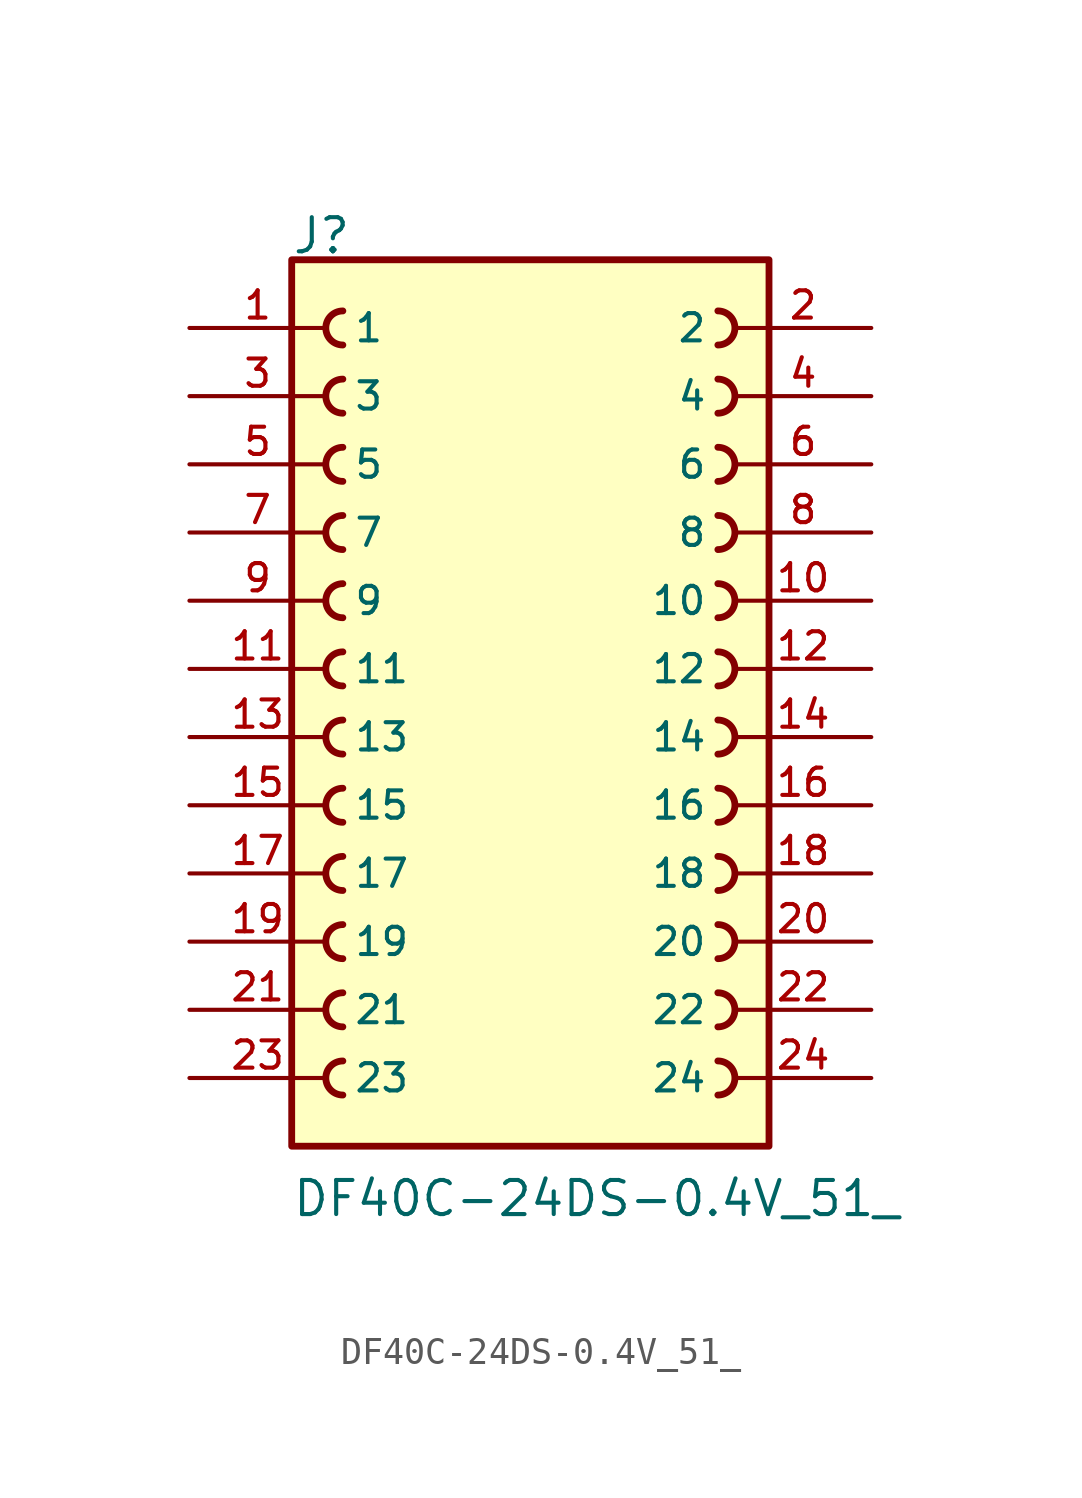
<source format=kicad_sym>
(kicad_symbol_lib
  (version 20211014)
  (generator kicad_symbol_editor)
  (symbol "DF40C-24DS-0.4V_51_"
    (pin_names
      (offset 1.016))
    (property "Reference" "J"
      (at -8.908 15.393 0)
      (effects (font (size 1.27 1.27)) (justify bottom left)))
    (property "Value" "DF40C-24DS-0.4V_51_"
      (at -8.906 -20.472 0)
      (effects (font (size 1.27 1.27)) (justify bottom left)))
    (symbol "DF40C-24DS-0.4V_51__0_0"
      (arc (start 6.985 12.065) (mid 7.62 12.7) (end 6.985 13.335) (stroke (width 0.254) (type default) (color 0 0 0 0)) (fill (type none)))
      (arc (start 6.985 9.525) (mid 7.62 10.16) (end 6.985 10.795) (stroke (width 0.254) (type default) (color 0 0 0 0)) (fill (type none)))
      (arc (start 6.985 6.985) (mid 7.62 7.62) (end 6.985 8.255) (stroke (width 0.254) (type default) (color 0 0 0 0)) (fill (type none)))
      (arc (start 6.985 4.445) (mid 7.62 5.08) (end 6.985 5.715) (stroke (width 0.254) (type default) (color 0 0 0 0)) (fill (type none)))
      (arc (start 6.985 1.905) (mid 7.62 2.54) (end 6.985 3.175) (stroke (width 0.254) (type default) (color 0 0 0 0)) (fill (type none)))
      (arc (start 6.985 -0.635) (mid 7.62 0.0) (end 6.985 0.635) (stroke (width 0.254) (type default) (color 0 0 0 0)) (fill (type none)))
      (arc (start 6.985 -3.175) (mid 7.62 -2.54) (end 6.985 -1.905) (stroke (width 0.254) (type default) (color 0 0 0 0)) (fill (type none)))
      (arc (start 6.985 -5.715) (mid 7.62 -5.08) (end 6.985 -4.445) (stroke (width 0.254) (type default) (color 0 0 0 0)) (fill (type none)))
      (arc (start 6.985 -8.255) (mid 7.62 -7.62) (end 6.985 -6.985) (stroke (width 0.254) (type default) (color 0 0 0 0)) (fill (type none)))
      (arc (start 6.985 -10.795) (mid 7.62 -10.16) (end 6.985 -9.525) (stroke (width 0.254) (type default) (color 0 0 0 0)) (fill (type none)))
      (arc (start -6.985 -9.525) (mid -7.62 -10.16) (end -6.985 -10.795) (stroke (width 0.254) (type default) (color 0 0 0 0)) (fill (type none)))
      (arc (start -6.985 -6.985) (mid -7.62 -7.62) (end -6.985 -8.255) (stroke (width 0.254) (type default) (color 0 0 0 0)) (fill (type none)))
      (arc (start -6.985 -4.445) (mid -7.62 -5.08) (end -6.985 -5.715) (stroke (width 0.254) (type default) (color 0 0 0 0)) (fill (type none)))
      (arc (start -6.985 -1.905) (mid -7.62 -2.54) (end -6.985 -3.175) (stroke (width 0.254) (type default) (color 0 0 0 0)) (fill (type none)))
      (arc (start -6.985 0.635) (mid -7.62 -0.0) (end -6.985 -0.635) (stroke (width 0.254) (type default) (color 0 0 0 0)) (fill (type none)))
      (arc (start -6.985 3.175) (mid -7.62 2.54) (end -6.985 1.905) (stroke (width 0.254) (type default) (color 0 0 0 0)) (fill (type none)))
      (arc (start -6.985 5.715) (mid -7.62 5.08) (end -6.985 4.445) (stroke (width 0.254) (type default) (color 0 0 0 0)) (fill (type none)))
      (arc (start -6.985 8.255) (mid -7.62 7.62) (end -6.985 6.985) (stroke (width 0.254) (type default) (color 0 0 0 0)) (fill (type none)))
      (arc (start -6.985 10.795) (mid -7.62 10.16) (end -6.985 9.525) (stroke (width 0.254) (type default) (color 0 0 0 0)) (fill (type none)))
      (arc (start -6.985 13.335) (mid -7.62 12.7) (end -6.985 12.065) (stroke (width 0.254) (type default) (color 0 0 0 0)) (fill (type none)))
      (arc (start 6.985 -13.335) (mid 7.62 -12.7) (end 6.985 -12.065) (stroke (width 0.254) (type default) (color 0 0 0 0)) (fill (type none)))
      (arc (start 6.985 -15.875) (mid 7.62 -15.24) (end 6.985 -14.605) (stroke (width 0.254) (type default) (color 0 0 0 0)) (fill (type none)))
      (arc (start -6.985 -14.605) (mid -7.62 -15.24) (end -6.985 -15.875) (stroke (width 0.254) (type default) (color 0 0 0 0)) (fill (type none)))
      (arc (start -6.985 -12.065) (mid -7.62 -12.7) (end -6.985 -13.335) (stroke (width 0.254) (type default) (color 0 0 0 0)) (fill (type none)))
      (rectangle (start -8.89 -17.78) (end 8.89 15.24) (stroke (width 0.254)) (fill (type background)))
      (pin passive line (at -12.7 12.7 0) (length 5.08) (name "1" (effects (font (size 1.016 1.016)))) (number "1" (effects (font (size 1.016 1.016)))))
      (pin passive line (at 12.7 12.7 180.0) (length 5.08) (name "2" (effects (font (size 1.016 1.016)))) (number "2" (effects (font (size 1.016 1.016)))))
      (pin passive line (at -12.7 10.16 0) (length 5.08) (name "3" (effects (font (size 1.016 1.016)))) (number "3" (effects (font (size 1.016 1.016)))))
      (pin passive line (at 12.7 10.16 180.0) (length 5.08) (name "4" (effects (font (size 1.016 1.016)))) (number "4" (effects (font (size 1.016 1.016)))))
      (pin passive line (at -12.7 7.62 0) (length 5.08) (name "5" (effects (font (size 1.016 1.016)))) (number "5" (effects (font (size 1.016 1.016)))))
      (pin passive line (at 12.7 7.62 180.0) (length 5.08) (name "6" (effects (font (size 1.016 1.016)))) (number "6" (effects (font (size 1.016 1.016)))))
      (pin passive line (at -12.7 5.08 0) (length 5.08) (name "7" (effects (font (size 1.016 1.016)))) (number "7" (effects (font (size 1.016 1.016)))))
      (pin passive line (at 12.7 5.08 180.0) (length 5.08) (name "8" (effects (font (size 1.016 1.016)))) (number "8" (effects (font (size 1.016 1.016)))))
      (pin passive line (at -12.7 2.54 0) (length 5.08) (name "9" (effects (font (size 1.016 1.016)))) (number "9" (effects (font (size 1.016 1.016)))))
      (pin passive line (at 12.7 2.54 180.0) (length 5.08) (name "10" (effects (font (size 1.016 1.016)))) (number "10" (effects (font (size 1.016 1.016)))))
      (pin passive line (at -12.7 0.0 0) (length 5.08) (name "11" (effects (font (size 1.016 1.016)))) (number "11" (effects (font (size 1.016 1.016)))))
      (pin passive line (at 12.7 0.0 180.0) (length 5.08) (name "12" (effects (font (size 1.016 1.016)))) (number "12" (effects (font (size 1.016 1.016)))))
      (pin passive line (at -12.7 -2.54 0) (length 5.08) (name "13" (effects (font (size 1.016 1.016)))) (number "13" (effects (font (size 1.016 1.016)))))
      (pin passive line (at 12.7 -2.54 180.0) (length 5.08) (name "14" (effects (font (size 1.016 1.016)))) (number "14" (effects (font (size 1.016 1.016)))))
      (pin passive line (at -12.7 -5.08 0) (length 5.08) (name "15" (effects (font (size 1.016 1.016)))) (number "15" (effects (font (size 1.016 1.016)))))
      (pin passive line (at 12.7 -5.08 180.0) (length 5.08) (name "16" (effects (font (size 1.016 1.016)))) (number "16" (effects (font (size 1.016 1.016)))))
      (pin passive line (at -12.7 -7.62 0) (length 5.08) (name "17" (effects (font (size 1.016 1.016)))) (number "17" (effects (font (size 1.016 1.016)))))
      (pin passive line (at 12.7 -7.62 180.0) (length 5.08) (name "18" (effects (font (size 1.016 1.016)))) (number "18" (effects (font (size 1.016 1.016)))))
      (pin passive line (at -12.7 -10.16 0) (length 5.08) (name "19" (effects (font (size 1.016 1.016)))) (number "19" (effects (font (size 1.016 1.016)))))
      (pin passive line (at 12.7 -10.16 180.0) (length 5.08) (name "20" (effects (font (size 1.016 1.016)))) (number "20" (effects (font (size 1.016 1.016)))))
      (pin passive line (at -12.7 -12.7 0) (length 5.08) (name "21" (effects (font (size 1.016 1.016)))) (number "21" (effects (font (size 1.016 1.016)))))
      (pin passive line (at 12.7 -12.7 180.0) (length 5.08) (name "22" (effects (font (size 1.016 1.016)))) (number "22" (effects (font (size 1.016 1.016)))))
      (pin passive line (at -12.7 -15.24 0) (length 5.08) (name "23" (effects (font (size 1.016 1.016)))) (number "23" (effects (font (size 1.016 1.016)))))
      (pin passive line (at 12.7 -15.24 180.0) (length 5.08) (name "24" (effects (font (size 1.016 1.016)))) (number "24" (effects (font (size 1.016 1.016))))))))
</source>
